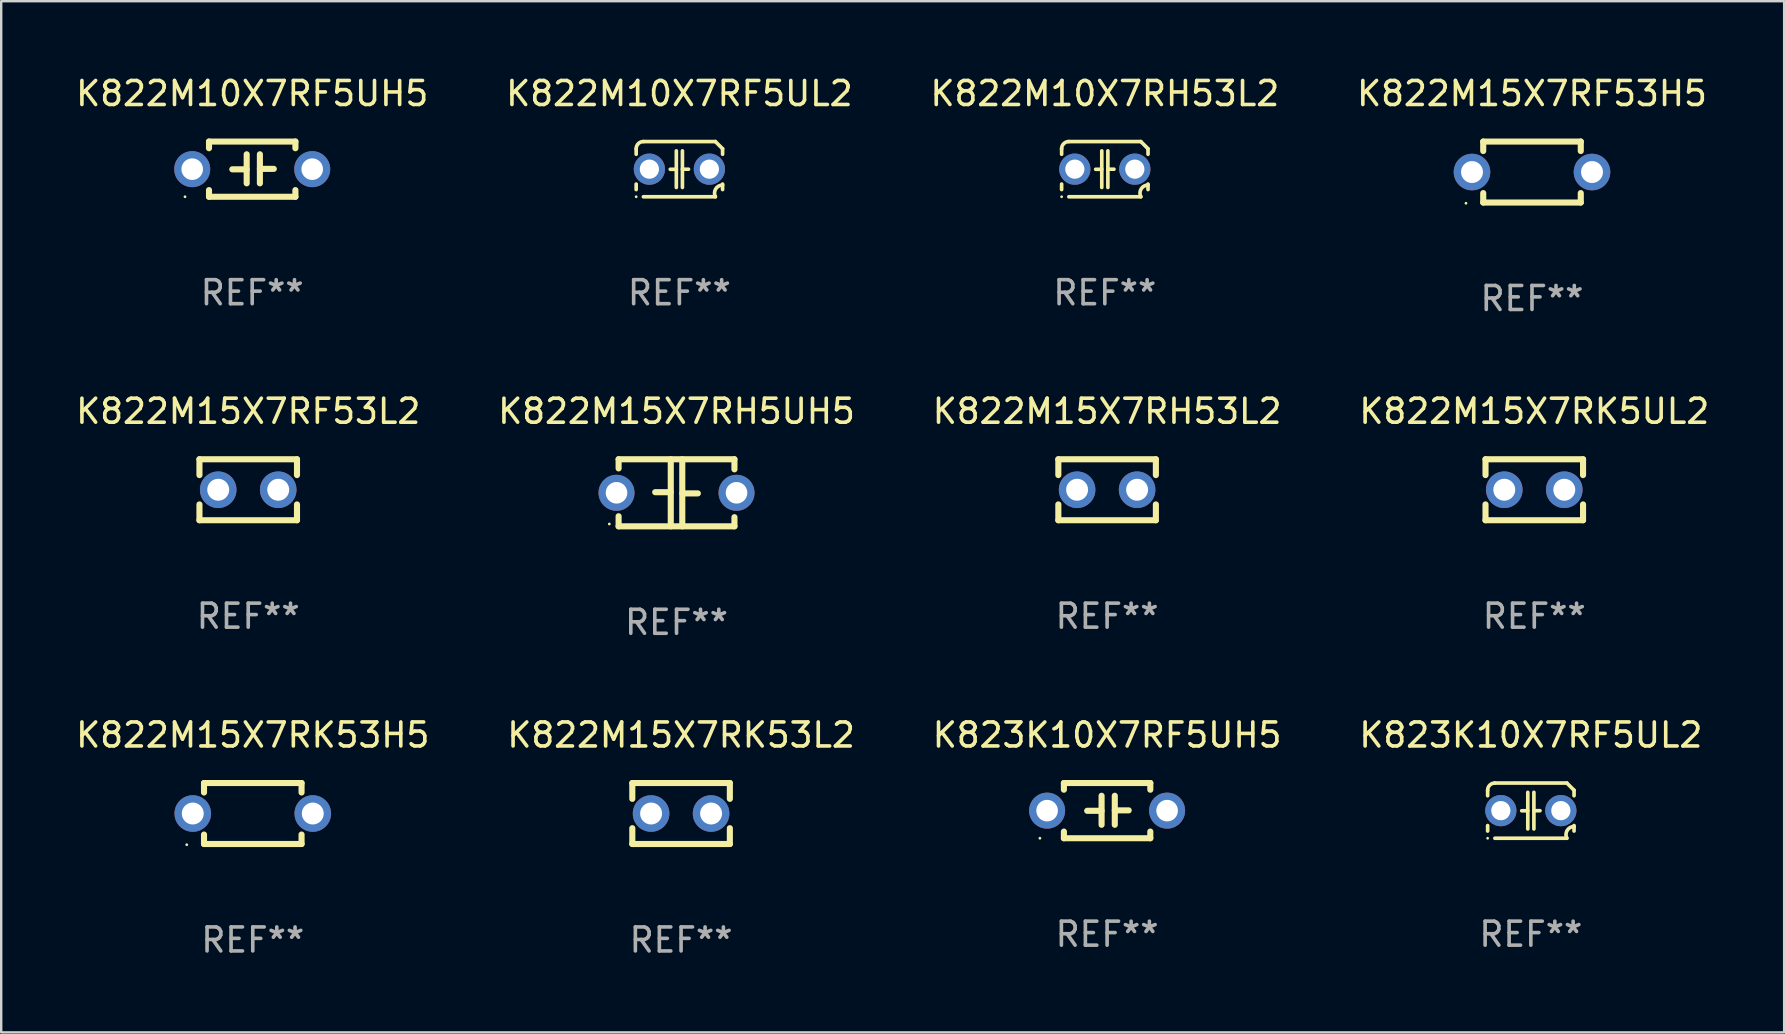
<source format=kicad_pcb>
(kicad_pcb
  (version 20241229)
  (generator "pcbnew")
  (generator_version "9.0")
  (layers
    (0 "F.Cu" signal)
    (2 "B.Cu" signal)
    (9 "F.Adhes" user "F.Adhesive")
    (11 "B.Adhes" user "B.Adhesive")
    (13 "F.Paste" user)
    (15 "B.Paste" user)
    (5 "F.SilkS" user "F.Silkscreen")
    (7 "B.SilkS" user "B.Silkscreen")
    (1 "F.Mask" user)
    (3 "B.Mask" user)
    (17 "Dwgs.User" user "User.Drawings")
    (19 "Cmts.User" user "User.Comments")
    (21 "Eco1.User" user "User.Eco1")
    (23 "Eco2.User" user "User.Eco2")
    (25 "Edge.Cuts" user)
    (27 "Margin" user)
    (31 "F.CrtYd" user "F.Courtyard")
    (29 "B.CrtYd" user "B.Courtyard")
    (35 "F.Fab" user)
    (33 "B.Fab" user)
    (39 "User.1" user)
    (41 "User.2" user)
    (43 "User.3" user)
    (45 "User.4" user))
  (footprint "K823K10X7RF5UL2"
    (layer "F.Cu")
    (at 60.732 30.725)
    (property "Reference" "K823K10X7RF5UL2" (at 0 -3.15 0) (layer "F.SilkS") (effects (font (size 1 1) (thickness 0.15))))
    (attr through_hole)
    (fp_line (start -1.8 -0.621) (end -1.8 -0.85) (stroke (width 0.152) (type solid)) (layer "F.SilkS"))
    (fp_line (start -1.8 0.85) (end -1.8 0.621) (stroke (width 0.152) (type solid)) (layer "F.SilkS"))
    (fp_line (start -1.5 -1.15) (end 1.5 -1.15) (stroke (width 0.152) (type solid)) (layer "F.SilkS"))
    (fp_line (start -0.127 -0.762) (end -0.127 0.762) (stroke (width 0.152) (type solid)) (layer "F.SilkS"))
    (fp_line (start -0.127 0.005) (end -0.381 0.005) (stroke (width 0.152) (type solid)) (layer "F.SilkS"))
    (fp_line (start 0.127 -0.762) (end 0.127 0.762) (stroke (width 0.152) (type solid)) (layer "F.SilkS"))
    (fp_line (start 0.127 0.002) (end 0.381 0.002) (stroke (width 0.152) (type solid)) (layer "F.SilkS"))
    (fp_line (start 1.5 1.15) (end -1.5 1.15) (stroke (width 0.152) (type solid)) (layer "F.SilkS"))
    (fp_line (start 1.8 -0.85) (end 1.8 -0.621) (stroke (width 0.152) (type solid)) (layer "F.SilkS"))
    (fp_line (start 1.8 0.621) (end 1.8 0.85) (stroke (width 0.152) (type solid)) (layer "F.SilkS"))
    (fp_arc (start -1.799975 -0.849987) (mid -1.712107 -1.062119) (end -1.499975 -1.149987) (stroke (width 0.151994) (type solid)) (layer "F.SilkS"))
    (fp_arc (start 1.499975 1.149987) (mid 1.513726 0.822359) (end 1.799975 0.662387) (stroke (width 0.151994) (type solid)) (layer "F.SilkS"))
    (fp_arc (start 1.500001 -1.149986) (mid 1.650015 -1.000001) (end 1.8 -0.849987) (stroke (width 0.151994) (type solid)) (layer "F.SilkS"))
    (fp_circle (center -1.8 1.15) (end -1.77 1.15) (stroke (width 0.06) (type solid)) (fill no) (layer "F.SilkS"))
    (fp_text user "REF**" (at 0 5.15 0) (layer "F.Fab") (effects (font (size 1 1) (thickness 0.15))))
    (pad "1" thru_hole circle (at -1.25 0) (size 1.3 1.3) (drill 0.8) (layers "*.Cu" "*.Mask"))
    (pad "2" thru_hole circle (at 1.25 0) (size 1.3 1.3) (drill 0.8) (layers "*.Cu" "*.Mask")))
  (footprint "K822M15X7RH53L2"
    (layer "F.Cu")
    (at 43.077 17.355)
    (property "Reference" "K822M15X7RH53L2" (at 0 -3.27 0) (layer "F.SilkS") (effects (font (size 1 1) (thickness 0.15))))
    (attr through_hole)
    (fp_line (start -2.032 -1.27) (end -2.032 -0.611) (stroke (width 0.254) (type solid)) (layer "F.SilkS"))
    (fp_line (start -2.032 0.611) (end -2.032 1.27) (stroke (width 0.254) (type solid)) (layer "F.SilkS"))
    (fp_line (start -2.032 1.27) (end 2.032 1.27) (stroke (width 0.254) (type solid)) (layer "F.SilkS"))
    (fp_line (start 2.032 -1.27) (end -2.032 -1.27) (stroke (width 0.254) (type solid)) (layer "F.SilkS"))
    (fp_line (start 2.032 -0.611) (end 2.032 -1.27) (stroke (width 0.254) (type solid)) (layer "F.SilkS"))
    (fp_line (start 2.032 1.27) (end 2.032 0.611) (stroke (width 0.254) (type solid)) (layer "F.SilkS"))
    (fp_circle (center -2 1.3) (end -1.97 1.3) (stroke (width 0.06) (type solid)) (fill no) (layer "F.SilkS"))
    (fp_text user "REF**" (at 0 5.27 0) (layer "F.Fab") (effects (font (size 1 1) (thickness 0.15))))
    (pad "1" thru_hole circle (at -1.25 0) (size 1.524 1.524) (drill 0.914) (layers "*.Cu" "*.Mask"))
    (pad "2" thru_hole circle (at 1.25 0) (size 1.524 1.524) (drill 0.914) (layers "*.Cu" "*.Mask")))
  (footprint "K822M15X7RK53H5"
    (layer "F.Cu")
    (at 7.482 30.845)
    (property "Reference" "K822M15X7RK53H5" (at 0 -3.27 0) (layer "F.SilkS") (effects (font (size 1 1) (thickness 0.15))))
    (attr through_hole)
    (fp_line (start -2.032 -1.27) (end -2.032 -0.876) (stroke (width 0.254) (type solid)) (layer "F.SilkS"))
    (fp_line (start -2.032 0.876) (end -2.032 1.27) (stroke (width 0.254) (type solid)) (layer "F.SilkS"))
    (fp_line (start -2.032 1.27) (end 2.032 1.27) (stroke (width 0.254) (type solid)) (layer "F.SilkS"))
    (fp_line (start 2.032 -1.27) (end -2.032 -1.27) (stroke (width 0.254) (type solid)) (layer "F.SilkS"))
    (fp_line (start 2.032 -0.876) (end 2.032 -1.27) (stroke (width 0.254) (type solid)) (layer "F.SilkS"))
    (fp_line (start 2.032 1.27) (end 2.032 0.876) (stroke (width 0.254) (type solid)) (layer "F.SilkS"))
    (fp_circle (center -2.751 1.3) (end -2.721 1.3) (stroke (width 0.06) (type solid)) (fill no) (layer "F.SilkS"))
    (fp_text user "REF**" (at 0 5.27 0) (layer "F.Fab") (effects (font (size 1 1) (thickness 0.15))))
    (pad "1" thru_hole circle (at -2.5 0) (size 1.524 1.524) (drill 0.914) (layers "*.Cu" "*.Mask"))
    (pad "2" thru_hole circle (at 2.5 0) (size 1.524 1.524) (drill 0.914) (layers "*.Cu" "*.Mask")))
  (footprint "K822M10X7RH53L2"
    (layer "F.Cu")
    (at 42.982 3.998)
    (property "Reference" "K822M10X7RH53L2" (at 0 -3.15 0) (layer "F.SilkS") (effects (font (size 1 1) (thickness 0.15))))
    (attr through_hole)
    (fp_line (start -1.8 -0.621) (end -1.8 -0.85) (stroke (width 0.152) (type solid)) (layer "F.SilkS"))
    (fp_line (start -1.8 0.85) (end -1.8 0.621) (stroke (width 0.152) (type solid)) (layer "F.SilkS"))
    (fp_line (start -1.5 -1.15) (end 1.5 -1.15) (stroke (width 0.152) (type solid)) (layer "F.SilkS"))
    (fp_line (start -0.127 -0.762) (end -0.127 0.762) (stroke (width 0.152) (type solid)) (layer "F.SilkS"))
    (fp_line (start -0.127 0.005) (end -0.381 0.005) (stroke (width 0.152) (type solid)) (layer "F.SilkS"))
    (fp_line (start 0.127 -0.762) (end 0.127 0.762) (stroke (width 0.152) (type solid)) (layer "F.SilkS"))
    (fp_line (start 0.127 0.002) (end 0.381 0.002) (stroke (width 0.152) (type solid)) (layer "F.SilkS"))
    (fp_line (start 1.5 1.15) (end -1.5 1.15) (stroke (width 0.152) (type solid)) (layer "F.SilkS"))
    (fp_line (start 1.8 -0.85) (end 1.8 -0.621) (stroke (width 0.152) (type solid)) (layer "F.SilkS"))
    (fp_line (start 1.8 0.621) (end 1.8 0.85) (stroke (width 0.152) (type solid)) (layer "F.SilkS"))
    (fp_arc (start -1.799975 -0.849987) (mid -1.712107 -1.062119) (end -1.499975 -1.149987) (stroke (width 0.151994) (type solid)) (layer "F.SilkS"))
    (fp_arc (start 1.499975 1.149987) (mid 1.513726 0.822359) (end 1.799975 0.662387) (stroke (width 0.151994) (type solid)) (layer "F.SilkS"))
    (fp_arc (start 1.500001 -1.149986) (mid 1.650015 -1.000001) (end 1.8 -0.849987) (stroke (width 0.151994) (type solid)) (layer "F.SilkS"))
    (fp_circle (center -1.8 1.15) (end -1.77 1.15) (stroke (width 0.06) (type solid)) (fill no) (layer "F.SilkS"))
    (fp_text user "REF**" (at 0 5.15 0) (layer "F.Fab") (effects (font (size 1 1) (thickness 0.15))))
    (pad "1" thru_hole circle (at -1.25 0) (size 1.3 1.3) (drill 0.8) (layers "*.Cu" "*.Mask"))
    (pad "2" thru_hole circle (at 1.25 0) (size 1.3 1.3) (drill 0.8) (layers "*.Cu" "*.Mask")))
  (footprint "K822M15X7RK53L2"
    (layer "F.Cu")
    (at 25.327 30.845)
    (property "Reference" "K822M15X7RK53L2" (at 0 -3.27 0) (layer "F.SilkS") (effects (font (size 1 1) (thickness 0.15))))
    (attr through_hole)
    (fp_line (start -2.032 -1.27) (end -2.032 -0.611) (stroke (width 0.254) (type solid)) (layer "F.SilkS"))
    (fp_line (start -2.032 0.611) (end -2.032 1.27) (stroke (width 0.254) (type solid)) (layer "F.SilkS"))
    (fp_line (start -2.032 1.27) (end 2.032 1.27) (stroke (width 0.254) (type solid)) (layer "F.SilkS"))
    (fp_line (start 2.032 -1.27) (end -2.032 -1.27) (stroke (width 0.254) (type solid)) (layer "F.SilkS"))
    (fp_line (start 2.032 -0.611) (end 2.032 -1.27) (stroke (width 0.254) (type solid)) (layer "F.SilkS"))
    (fp_line (start 2.032 1.27) (end 2.032 0.611) (stroke (width 0.254) (type solid)) (layer "F.SilkS"))
    (fp_circle (center -2 1.3) (end -1.97 1.3) (stroke (width 0.06) (type solid)) (fill no) (layer "F.SilkS"))
    (fp_text user "REF**" (at 0 5.27 0) (layer "F.Fab") (effects (font (size 1 1) (thickness 0.15))))
    (pad "1" thru_hole circle (at -1.25 0) (size 1.524 1.524) (drill 0.914) (layers "*.Cu" "*.Mask"))
    (pad "2" thru_hole circle (at 1.25 0) (size 1.524 1.524) (drill 0.914) (layers "*.Cu" "*.Mask")))
  (footprint "K822M15X7RF53H5"
    (layer "F.Cu")
    (at 60.78 4.118)
    (property "Reference" "K822M15X7RF53H5" (at 0 -3.27 0) (layer "F.SilkS") (effects (font (size 1 1) (thickness 0.15))))
    (attr through_hole)
    (fp_line (start -2.032 -1.27) (end -2.032 -0.876) (stroke (width 0.254) (type solid)) (layer "F.SilkS"))
    (fp_line (start -2.032 0.876) (end -2.032 1.27) (stroke (width 0.254) (type solid)) (layer "F.SilkS"))
    (fp_line (start -2.032 1.27) (end 2.032 1.27) (stroke (width 0.254) (type solid)) (layer "F.SilkS"))
    (fp_line (start 2.032 -1.27) (end -2.032 -1.27) (stroke (width 0.254) (type solid)) (layer "F.SilkS"))
    (fp_line (start 2.032 -0.876) (end 2.032 -1.27) (stroke (width 0.254) (type solid)) (layer "F.SilkS"))
    (fp_line (start 2.032 1.27) (end 2.032 0.876) (stroke (width 0.254) (type solid)) (layer "F.SilkS"))
    (fp_circle (center -2.751 1.3) (end -2.721 1.3) (stroke (width 0.06) (type solid)) (fill no) (layer "F.SilkS"))
    (fp_text user "REF**" (at 0 5.27 0) (layer "F.Fab") (effects (font (size 1 1) (thickness 0.15))))
    (pad "1" thru_hole circle (at -2.5 0) (size 1.524 1.524) (drill 0.914) (layers "*.Cu" "*.Mask"))
    (pad "2" thru_hole circle (at 2.5 0) (size 1.524 1.524) (drill 0.914) (layers "*.Cu" "*.Mask")))
  (footprint "K822M10X7RF5UL2"
    (layer "F.Cu")
    (at 25.256 3.998)
    (property "Reference" "K822M10X7RF5UL2" (at 0 -3.15 0) (layer "F.SilkS") (effects (font (size 1 1) (thickness 0.15))))
    (attr through_hole)
    (fp_line (start -1.8 -0.621) (end -1.8 -0.85) (stroke (width 0.152) (type solid)) (layer "F.SilkS"))
    (fp_line (start -1.8 0.85) (end -1.8 0.621) (stroke (width 0.152) (type solid)) (layer "F.SilkS"))
    (fp_line (start -1.5 -1.15) (end 1.5 -1.15) (stroke (width 0.152) (type solid)) (layer "F.SilkS"))
    (fp_line (start -0.127 -0.762) (end -0.127 0.762) (stroke (width 0.152) (type solid)) (layer "F.SilkS"))
    (fp_line (start -0.127 0.005) (end -0.381 0.005) (stroke (width 0.152) (type solid)) (layer "F.SilkS"))
    (fp_line (start 0.127 -0.762) (end 0.127 0.762) (stroke (width 0.152) (type solid)) (layer "F.SilkS"))
    (fp_line (start 0.127 0.002) (end 0.381 0.002) (stroke (width 0.152) (type solid)) (layer "F.SilkS"))
    (fp_line (start 1.5 1.15) (end -1.5 1.15) (stroke (width 0.152) (type solid)) (layer "F.SilkS"))
    (fp_line (start 1.8 -0.85) (end 1.8 -0.621) (stroke (width 0.152) (type solid)) (layer "F.SilkS"))
    (fp_line (start 1.8 0.621) (end 1.8 0.85) (stroke (width 0.152) (type solid)) (layer "F.SilkS"))
    (fp_arc (start -1.799975 -0.849987) (mid -1.712107 -1.062119) (end -1.499975 -1.149987) (stroke (width 0.151994) (type solid)) (layer "F.SilkS"))
    (fp_arc (start 1.499975 1.149987) (mid 1.513726 0.822359) (end 1.799975 0.662387) (stroke (width 0.151994) (type solid)) (layer "F.SilkS"))
    (fp_arc (start 1.500001 -1.149986) (mid 1.650015 -1.000001) (end 1.8 -0.849987) (stroke (width 0.151994) (type solid)) (layer "F.SilkS"))
    (fp_circle (center -1.8 1.15) (end -1.77 1.15) (stroke (width 0.06) (type solid)) (fill no) (layer "F.SilkS"))
    (fp_text user "REF**" (at 0 5.15 0) (layer "F.Fab") (effects (font (size 1 1) (thickness 0.15))))
    (pad "1" thru_hole circle (at -1.25 0) (size 1.3 1.3) (drill 0.8) (layers "*.Cu" "*.Mask"))
    (pad "2" thru_hole circle (at 1.25 0) (size 1.3 1.3) (drill 0.8) (layers "*.Cu" "*.Mask")))
  (footprint "K822M15X7RF53L2"
    (layer "F.Cu")
    (at 7.292 17.355)
    (property "Reference" "K822M15X7RF53L2" (at 0 -3.27 0) (layer "F.SilkS") (effects (font (size 1 1) (thickness 0.15))))
    (attr through_hole)
    (fp_line (start -2.032 -1.27) (end -2.032 -0.611) (stroke (width 0.254) (type solid)) (layer "F.SilkS"))
    (fp_line (start -2.032 0.611) (end -2.032 1.27) (stroke (width 0.254) (type solid)) (layer "F.SilkS"))
    (fp_line (start -2.032 1.27) (end 2.032 1.27) (stroke (width 0.254) (type solid)) (layer "F.SilkS"))
    (fp_line (start 2.032 -1.27) (end -2.032 -1.27) (stroke (width 0.254) (type solid)) (layer "F.SilkS"))
    (fp_line (start 2.032 -0.611) (end 2.032 -1.27) (stroke (width 0.254) (type solid)) (layer "F.SilkS"))
    (fp_line (start 2.032 1.27) (end 2.032 0.611) (stroke (width 0.254) (type solid)) (layer "F.SilkS"))
    (fp_circle (center -2 1.3) (end -1.97 1.3) (stroke (width 0.06) (type solid)) (fill no) (layer "F.SilkS"))
    (fp_text user "REF**" (at 0 5.27 0) (layer "F.Fab") (effects (font (size 1 1) (thickness 0.15))))
    (pad "1" thru_hole circle (at -1.25 0) (size 1.524 1.524) (drill 0.914) (layers "*.Cu" "*.Mask"))
    (pad "2" thru_hole circle (at 1.25 0) (size 1.524 1.524) (drill 0.914) (layers "*.Cu" "*.Mask")))
  (footprint "K823K10X7RF5UH5"
    (layer "F.Cu")
    (at 43.077 30.725)
    (property "Reference" "K823K10X7RF5UH5" (at 0 -3.15 0) (layer "F.SilkS") (effects (font (size 1 1) (thickness 0.15))))
    (attr through_hole)
    (fp_line (start -1.8 -1.15) (end -1.8 -0.872) (stroke (width 0.254) (type solid)) (layer "F.SilkS"))
    (fp_line (start -1.8 -1.15) (end 1.8 -1.15) (stroke (width 0.254) (type solid)) (layer "F.SilkS"))
    (fp_line (start -1.8 0.872) (end -1.8 1.15) (stroke (width 0.254) (type solid)) (layer "F.SilkS"))
    (fp_line (start -1.8 1.15) (end 1.8 1.15) (stroke (width 0.254) (type solid)) (layer "F.SilkS"))
    (fp_line (start -0.23 -0.62) (end -0.23 0.59) (stroke (width 0.254) (type solid)) (layer "F.SilkS"))
    (fp_line (start -0.23 0.007) (end -0.83 0.007) (stroke (width 0.254) (type solid)) (layer "F.SilkS"))
    (fp_line (start 0.32 -0.62) (end 0.32 0.59) (stroke (width 0.254) (type solid)) (layer "F.SilkS"))
    (fp_line (start 0.32 -0.012) (end 0.9 -0.012) (stroke (width 0.254) (type solid)) (layer "F.SilkS"))
    (fp_line (start 1.8 -1.15) (end 1.8 -0.872) (stroke (width 0.254) (type solid)) (layer "F.SilkS"))
    (fp_line (start 1.8 0.872) (end 1.8 1.15) (stroke (width 0.254) (type solid)) (layer "F.SilkS"))
    (fp_circle (center -2.8 1.15) (end -2.77 1.15) (stroke (width 0.06) (type solid)) (fill no) (layer "F.SilkS"))
    (fp_text user "REF**" (at 0 5.15 0) (layer "F.Fab") (effects (font (size 1 1) (thickness 0.15))))
    (pad "1" thru_hole circle (at -2.5 0) (size 1.5 1.5) (drill 0.9) (layers "*.Cu" "*.Mask"))
    (pad "2" thru_hole circle (at 2.5 0) (size 1.5 1.5) (drill 0.9) (layers "*.Cu" "*.Mask")))
  (footprint "K822M10X7RF5UH5"
    (layer "F.Cu")
    (at 7.458 3.998)
    (property "Reference" "K822M10X7RF5UH5" (at 0 -3.15 0) (layer "F.SilkS") (effects (font (size 1 1) (thickness 0.15))))
    (attr through_hole)
    (fp_line (start -1.8 -1.15) (end -1.8 -0.872) (stroke (width 0.254) (type solid)) (layer "F.SilkS"))
    (fp_line (start -1.8 -1.15) (end 1.8 -1.15) (stroke (width 0.254) (type solid)) (layer "F.SilkS"))
    (fp_line (start -1.8 0.872) (end -1.8 1.15) (stroke (width 0.254) (type solid)) (layer "F.SilkS"))
    (fp_line (start -1.8 1.15) (end 1.8 1.15) (stroke (width 0.254) (type solid)) (layer "F.SilkS"))
    (fp_line (start -0.23 -0.62) (end -0.23 0.59) (stroke (width 0.254) (type solid)) (layer "F.SilkS"))
    (fp_line (start -0.23 0.007) (end -0.83 0.007) (stroke (width 0.254) (type solid)) (layer "F.SilkS"))
    (fp_line (start 0.32 -0.62) (end 0.32 0.59) (stroke (width 0.254) (type solid)) (layer "F.SilkS"))
    (fp_line (start 0.32 -0.012) (end 0.9 -0.012) (stroke (width 0.254) (type solid)) (layer "F.SilkS"))
    (fp_line (start 1.8 -1.15) (end 1.8 -0.872) (stroke (width 0.254) (type solid)) (layer "F.SilkS"))
    (fp_line (start 1.8 0.872) (end 1.8 1.15) (stroke (width 0.254) (type solid)) (layer "F.SilkS"))
    (fp_circle (center -2.8 1.15) (end -2.77 1.15) (stroke (width 0.06) (type solid)) (fill no) (layer "F.SilkS"))
    (fp_text user "REF**" (at 0 5.15 0) (layer "F.Fab") (effects (font (size 1 1) (thickness 0.15))))
    (pad "1" thru_hole circle (at -2.5 0) (size 1.5 1.5) (drill 0.9) (layers "*.Cu" "*.Mask"))
    (pad "2" thru_hole circle (at 2.5 0) (size 1.5 1.5) (drill 0.9) (layers "*.Cu" "*.Mask")))
  (footprint "K822M15X7RK5UL2"
    (layer "F.Cu")
    (at 60.875 17.355)
    (property "Reference" "K822M15X7RK5UL2" (at 0 -3.27 0) (layer "F.SilkS") (effects (font (size 1 1) (thickness 0.15))))
    (attr through_hole)
    (fp_line (start -2.032 -1.27) (end -2.032 -0.611) (stroke (width 0.254) (type solid)) (layer "F.SilkS"))
    (fp_line (start -2.032 0.611) (end -2.032 1.27) (stroke (width 0.254) (type solid)) (layer "F.SilkS"))
    (fp_line (start -2.032 1.27) (end 2.032 1.27) (stroke (width 0.254) (type solid)) (layer "F.SilkS"))
    (fp_line (start 2.032 -1.27) (end -2.032 -1.27) (stroke (width 0.254) (type solid)) (layer "F.SilkS"))
    (fp_line (start 2.032 -0.611) (end 2.032 -1.27) (stroke (width 0.254) (type solid)) (layer "F.SilkS"))
    (fp_line (start 2.032 1.27) (end 2.032 0.611) (stroke (width 0.254) (type solid)) (layer "F.SilkS"))
    (fp_circle (center -2 1.3) (end -1.97 1.3) (stroke (width 0.06) (type solid)) (fill no) (layer "F.SilkS"))
    (fp_text user "REF**" (at 0 5.27 0) (layer "F.Fab") (effects (font (size 1 1) (thickness 0.15))))
    (pad "1" thru_hole circle (at -1.25 0) (size 1.524 1.524) (drill 0.914) (layers "*.Cu" "*.Mask"))
    (pad "2" thru_hole circle (at 1.25 0) (size 1.524 1.524) (drill 0.914) (layers "*.Cu" "*.Mask")))
  (footprint "K822M15X7RH5UH5"
    (layer "F.Cu")
    (at 25.137 17.482)
    (property "Reference" "K822M15X7RH5UH5" (at 0 -3.397 0) (layer "F.SilkS") (effects (font (size 1 1) (thickness 0.15))))
    (attr through_hole)
    (fp_line (start -2.413 -1.397) (end 2.413 -1.397) (stroke (width 0.254) (type solid)) (layer "F.SilkS"))
    (fp_line (start -2.413 -1.016) (end -2.413 -1.397) (stroke (width 0.254) (type solid)) (layer "F.SilkS"))
    (fp_line (start -2.413 0.977) (end -2.413 1.397) (stroke (width 0.254) (type solid)) (layer "F.SilkS"))
    (fp_line (start -0.24 -0.025) (end -0.889 -0.025) (stroke (width 0.254) (type solid)) (layer "F.SilkS"))
    (fp_line (start -0.24 1.397) (end -0.24 -1.397) (stroke (width 0.254) (type solid)) (layer "F.SilkS"))
    (fp_line (start 0.24 -1.397) (end 0.24 1.397) (stroke (width 0.254) (type solid)) (layer "F.SilkS"))
    (fp_line (start 0.24 0.025) (end 0.889 0.025) (stroke (width 0.254) (type solid)) (layer "F.SilkS"))
    (fp_line (start 2.413 -0.977) (end 2.413 -1.397) (stroke (width 0.254) (type solid)) (layer "F.SilkS"))
    (fp_line (start 2.413 1.016) (end 2.413 1.397) (stroke (width 0.254) (type solid)) (layer "F.SilkS"))
    (fp_line (start 2.413 1.397) (end -2.413 1.397) (stroke (width 0.254) (type solid)) (layer "F.SilkS"))
    (fp_circle (center -2.8 1.3) (end -2.77 1.3) (stroke (width 0.06) (type solid)) (fill no) (layer "F.SilkS"))
    (fp_text user "REF**" (at 0 5.397 0) (layer "F.Fab") (effects (font (size 1 1) (thickness 0.15))))
    (pad "1" thru_hole circle (at -2.5 0) (size 1.5 1.5) (drill 0.9) (layers "*.Cu" "*.Mask"))
    (pad "2" thru_hole circle (at 2.5 0) (size 1.5 1.5) (drill 0.9) (layers "*.Cu" "*.Mask")))
  (gr_rect
    (start -3 -3)
    (end 71.286 39.964)
    (stroke (width 0.1) (type default))
    (fill no)
    (layer "Edge.Cuts")))
</source>
